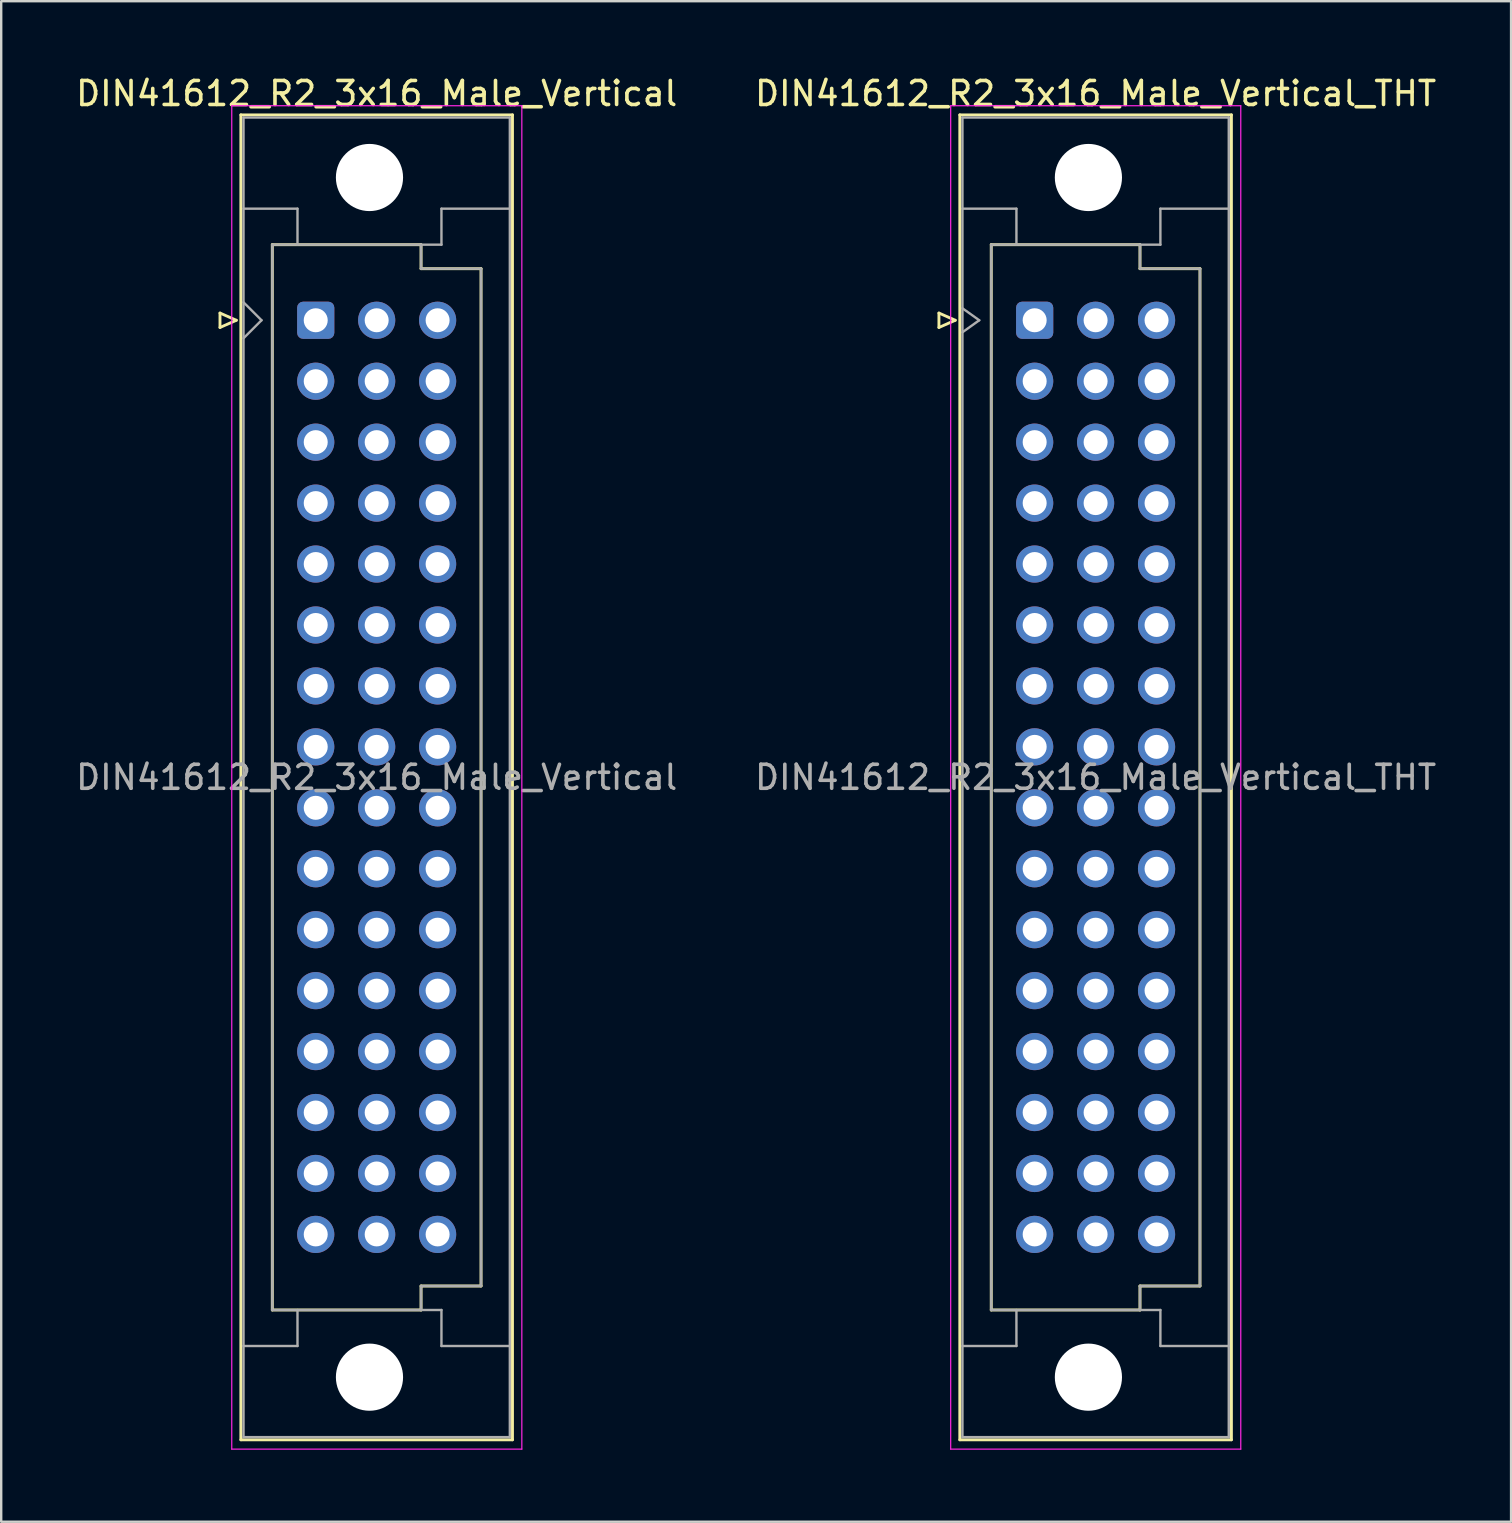
<source format=kicad_pcb>
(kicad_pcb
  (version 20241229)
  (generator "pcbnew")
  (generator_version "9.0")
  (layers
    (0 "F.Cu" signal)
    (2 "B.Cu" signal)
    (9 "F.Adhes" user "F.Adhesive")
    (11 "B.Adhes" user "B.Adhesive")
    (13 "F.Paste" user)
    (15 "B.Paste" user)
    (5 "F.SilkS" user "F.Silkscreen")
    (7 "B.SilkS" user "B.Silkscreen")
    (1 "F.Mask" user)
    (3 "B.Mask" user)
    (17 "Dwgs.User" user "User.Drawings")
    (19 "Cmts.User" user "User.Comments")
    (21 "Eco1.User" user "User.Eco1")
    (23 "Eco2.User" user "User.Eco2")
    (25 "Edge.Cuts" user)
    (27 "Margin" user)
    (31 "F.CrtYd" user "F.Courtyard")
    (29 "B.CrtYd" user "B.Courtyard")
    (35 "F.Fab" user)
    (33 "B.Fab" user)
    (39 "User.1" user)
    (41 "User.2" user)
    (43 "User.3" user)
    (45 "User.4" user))
  (footprint "DIN41612_R2_3x16_Male_Vertical"
    (layer "F.Cu")
    (at 10.109 10.298)
    (property "Reference" "DIN41612_R2_3x16_Male_Vertical" (at 2.54 -9.45 0) (layer "F.SilkS") (effects (font (size 1 1) (thickness 0.15))))
    (attr through_hole)
    (fp_line (start -3.99 -0.3) (end -3.99 0.3) (stroke (width 0.12) (type solid)) (layer "F.SilkS"))
    (fp_line (start -3.99 0.3) (end -3.31 0) (stroke (width 0.12) (type solid)) (layer "F.SilkS"))
    (fp_line (start -3.31 0) (end -3.99 -0.3) (stroke (width 0.12) (type solid)) (layer "F.SilkS"))
    (fp_line (start -3.12 -8.56) (end 8.2 -8.56) (stroke (width 0.12) (type solid)) (layer "F.SilkS"))
    (fp_line (start -3.12 46.66) (end -3.12 -8.56) (stroke (width 0.12) (type solid)) (layer "F.SilkS"))
    (fp_line (start -1.81 -3.15) (end 4.39 -3.15) (stroke (width 0.12) (type solid)) (layer "F.SilkS"))
    (fp_line (start -1.81 41.25) (end -1.81 -3.15) (stroke (width 0.12) (type solid)) (layer "F.SilkS"))
    (fp_line (start 4.39 -3.15) (end 4.39 -2.15) (stroke (width 0.12) (type solid)) (layer "F.SilkS"))
    (fp_line (start 4.39 -2.15) (end 6.89 -2.15) (stroke (width 0.12) (type solid)) (layer "F.SilkS"))
    (fp_line (start 4.39 40.25) (end 4.39 41.25) (stroke (width 0.12) (type solid)) (layer "F.SilkS"))
    (fp_line (start 4.39 41.25) (end -1.81 41.25) (stroke (width 0.12) (type solid)) (layer "F.SilkS"))
    (fp_line (start 6.89 -2.15) (end 6.89 40.25) (stroke (width 0.12) (type solid)) (layer "F.SilkS"))
    (fp_line (start 6.89 40.25) (end 4.39 40.25) (stroke (width 0.12) (type solid)) (layer "F.SilkS"))
    (fp_line (start 8.2 -8.56) (end 8.2 46.66) (stroke (width 0.12) (type solid)) (layer "F.SilkS"))
    (fp_line (start 8.2 46.66) (end -3.12 46.66) (stroke (width 0.12) (type solid)) (layer "F.SilkS"))
    (fp_line (start -3.5 -8.94) (end 8.59 -8.94) (stroke (width 0.05) (type solid)) (layer "F.CrtYd"))
    (fp_line (start -3.5 47.05) (end -3.5 -8.94) (stroke (width 0.05) (type solid)) (layer "F.CrtYd"))
    (fp_line (start 8.59 -8.94) (end 8.59 47.05) (stroke (width 0.05) (type solid)) (layer "F.CrtYd"))
    (fp_line (start 8.59 47.05) (end -3.5 47.05) (stroke (width 0.05) (type solid)) (layer "F.CrtYd"))
    (fp_line (start -3.01 -8.45) (end 8.09 -8.45) (stroke (width 0.1) (type solid)) (layer "F.Fab"))
    (fp_line (start -3.01 -4.65) (end -0.76 -4.65) (stroke (width 0.1) (type solid)) (layer "F.Fab"))
    (fp_line (start -3.01 -0.75) (end -2.26 0) (stroke (width 0.1) (type solid)) (layer "F.Fab"))
    (fp_line (start -3.01 42.75) (end -0.76 42.75) (stroke (width 0.1) (type solid)) (layer "F.Fab"))
    (fp_line (start -3.01 46.55) (end -3.01 -8.45) (stroke (width 0.1) (type solid)) (layer "F.Fab"))
    (fp_line (start -2.26 0) (end -3.01 0.75) (stroke (width 0.1) (type solid)) (layer "F.Fab"))
    (fp_line (start -1.81 -3.15) (end 4.39 -3.15) (stroke (width 0.1) (type solid)) (layer "F.Fab"))
    (fp_line (start -1.81 41.25) (end -1.81 -3.15) (stroke (width 0.1) (type solid)) (layer "F.Fab"))
    (fp_line (start -0.76 -4.65) (end -0.76 -3.15) (stroke (width 0.1) (type solid)) (layer "F.Fab"))
    (fp_line (start -0.76 42.75) (end -0.76 41.25) (stroke (width 0.1) (type solid)) (layer "F.Fab"))
    (fp_line (start 4.39 -3.15) (end 4.39 -2.15) (stroke (width 0.1) (type solid)) (layer "F.Fab"))
    (fp_line (start 4.39 -3.15) (end 5.24 -3.15) (stroke (width 0.1) (type solid)) (layer "F.Fab"))
    (fp_line (start 4.39 -2.15) (end 6.89 -2.15) (stroke (width 0.1) (type solid)) (layer "F.Fab"))
    (fp_line (start 4.39 40.25) (end 4.39 41.25) (stroke (width 0.1) (type solid)) (layer "F.Fab"))
    (fp_line (start 4.39 41.25) (end -1.81 41.25) (stroke (width 0.1) (type solid)) (layer "F.Fab"))
    (fp_line (start 4.39 41.25) (end 5.24 41.25) (stroke (width 0.1) (type solid)) (layer "F.Fab"))
    (fp_line (start 5.24 -4.65) (end 8.09 -4.65) (stroke (width 0.1) (type solid)) (layer "F.Fab"))
    (fp_line (start 5.24 -3.15) (end 5.24 -4.65) (stroke (width 0.1) (type solid)) (layer "F.Fab"))
    (fp_line (start 5.24 41.25) (end 5.24 42.75) (stroke (width 0.1) (type solid)) (layer "F.Fab"))
    (fp_line (start 5.24 42.75) (end 8.09 42.75) (stroke (width 0.1) (type solid)) (layer "F.Fab"))
    (fp_line (start 6.89 -2.15) (end 6.89 40.25) (stroke (width 0.1) (type solid)) (layer "F.Fab"))
    (fp_line (start 6.89 40.25) (end 4.39 40.25) (stroke (width 0.1) (type solid)) (layer "F.Fab"))
    (fp_line (start 8.09 -8.45) (end 8.09 46.55) (stroke (width 0.1) (type solid)) (layer "F.Fab"))
    (fp_line (start 8.09 46.55) (end -3.01 46.55) (stroke (width 0.1) (type solid)) (layer "F.Fab"))
    (fp_text user "${REFERENCE}" (at 2.54 19.05 0) (layer "F.Fab") (effects (font (size 1 1) (thickness 0.15))))
    (pad "" np_thru_hole circle (at 2.24 -5.95) (size 2.8 2.8) (drill 2.8) (layers "*.Cu" "*.Mask"))
    (pad "" np_thru_hole circle (at 2.24 44.05) (size 2.8 2.8) (drill 2.8) (layers "*.Cu" "*.Mask"))
    (pad "a1" thru_hole roundrect (at 0 0) (size 1.55 1.55) (drill 1) (layers "*.Cu" "*.Mask") (roundrect_rratio 0.161))
    (pad "a2" thru_hole circle (at 0 2.54) (size 1.55 1.55) (drill 1) (layers "*.Cu" "*.Mask"))
    (pad "a3" thru_hole circle (at 0 5.08) (size 1.55 1.55) (drill 1) (layers "*.Cu" "*.Mask"))
    (pad "a4" thru_hole circle (at 0 7.62) (size 1.55 1.55) (drill 1) (layers "*.Cu" "*.Mask"))
    (pad "a5" thru_hole circle (at 0 10.16) (size 1.55 1.55) (drill 1) (layers "*.Cu" "*.Mask"))
    (pad "a6" thru_hole circle (at 0 12.7) (size 1.55 1.55) (drill 1) (layers "*.Cu" "*.Mask"))
    (pad "a7" thru_hole circle (at 0 15.24) (size 1.55 1.55) (drill 1) (layers "*.Cu" "*.Mask"))
    (pad "a8" thru_hole circle (at 0 17.78) (size 1.55 1.55) (drill 1) (layers "*.Cu" "*.Mask"))
    (pad "a9" thru_hole circle (at 0 20.32) (size 1.55 1.55) (drill 1) (layers "*.Cu" "*.Mask"))
    (pad "a10" thru_hole circle (at 0 22.86) (size 1.55 1.55) (drill 1) (layers "*.Cu" "*.Mask"))
    (pad "a11" thru_hole circle (at 0 25.4) (size 1.55 1.55) (drill 1) (layers "*.Cu" "*.Mask"))
    (pad "a12" thru_hole circle (at 0 27.94) (size 1.55 1.55) (drill 1) (layers "*.Cu" "*.Mask"))
    (pad "a13" thru_hole circle (at 0 30.48) (size 1.55 1.55) (drill 1) (layers "*.Cu" "*.Mask"))
    (pad "a14" thru_hole circle (at 0 33.02) (size 1.55 1.55) (drill 1) (layers "*.Cu" "*.Mask"))
    (pad "a15" thru_hole circle (at 0 35.56) (size 1.55 1.55) (drill 1) (layers "*.Cu" "*.Mask"))
    (pad "a16" thru_hole circle (at 0 38.1) (size 1.55 1.55) (drill 1) (layers "*.Cu" "*.Mask"))
    (pad "b1" thru_hole circle (at 2.54 0) (size 1.55 1.55) (drill 1) (layers "*.Cu" "*.Mask"))
    (pad "b2" thru_hole circle (at 2.54 2.54) (size 1.55 1.55) (drill 1) (layers "*.Cu" "*.Mask"))
    (pad "b3" thru_hole circle (at 2.54 5.08) (size 1.55 1.55) (drill 1) (layers "*.Cu" "*.Mask"))
    (pad "b4" thru_hole circle (at 2.54 7.62) (size 1.55 1.55) (drill 1) (layers "*.Cu" "*.Mask"))
    (pad "b5" thru_hole circle (at 2.54 10.16) (size 1.55 1.55) (drill 1) (layers "*.Cu" "*.Mask"))
    (pad "b6" thru_hole circle (at 2.54 12.7) (size 1.55 1.55) (drill 1) (layers "*.Cu" "*.Mask"))
    (pad "b7" thru_hole circle (at 2.54 15.24) (size 1.55 1.55) (drill 1) (layers "*.Cu" "*.Mask"))
    (pad "b8" thru_hole circle (at 2.54 17.78) (size 1.55 1.55) (drill 1) (layers "*.Cu" "*.Mask"))
    (pad "b9" thru_hole circle (at 2.54 20.32) (size 1.55 1.55) (drill 1) (layers "*.Cu" "*.Mask"))
    (pad "b10" thru_hole circle (at 2.54 22.86) (size 1.55 1.55) (drill 1) (layers "*.Cu" "*.Mask"))
    (pad "b11" thru_hole circle (at 2.54 25.4) (size 1.55 1.55) (drill 1) (layers "*.Cu" "*.Mask"))
    (pad "b12" thru_hole circle (at 2.54 27.94) (size 1.55 1.55) (drill 1) (layers "*.Cu" "*.Mask"))
    (pad "b13" thru_hole circle (at 2.54 30.48) (size 1.55 1.55) (drill 1) (layers "*.Cu" "*.Mask"))
    (pad "b14" thru_hole circle (at 2.54 33.02) (size 1.55 1.55) (drill 1) (layers "*.Cu" "*.Mask"))
    (pad "b15" thru_hole circle (at 2.54 35.56) (size 1.55 1.55) (drill 1) (layers "*.Cu" "*.Mask"))
    (pad "b16" thru_hole circle (at 2.54 38.1) (size 1.55 1.55) (drill 1) (layers "*.Cu" "*.Mask"))
    (pad "c1" thru_hole circle (at 5.08 0) (size 1.55 1.55) (drill 1) (layers "*.Cu" "*.Mask"))
    (pad "c2" thru_hole circle (at 5.08 2.54) (size 1.55 1.55) (drill 1) (layers "*.Cu" "*.Mask"))
    (pad "c3" thru_hole circle (at 5.08 5.08) (size 1.55 1.55) (drill 1) (layers "*.Cu" "*.Mask"))
    (pad "c4" thru_hole circle (at 5.08 7.62) (size 1.55 1.55) (drill 1) (layers "*.Cu" "*.Mask"))
    (pad "c5" thru_hole circle (at 5.08 10.16) (size 1.55 1.55) (drill 1) (layers "*.Cu" "*.Mask"))
    (pad "c6" thru_hole circle (at 5.08 12.7) (size 1.55 1.55) (drill 1) (layers "*.Cu" "*.Mask"))
    (pad "c7" thru_hole circle (at 5.08 15.24) (size 1.55 1.55) (drill 1) (layers "*.Cu" "*.Mask"))
    (pad "c8" thru_hole circle (at 5.08 17.78) (size 1.55 1.55) (drill 1) (layers "*.Cu" "*.Mask"))
    (pad "c9" thru_hole circle (at 5.08 20.32) (size 1.55 1.55) (drill 1) (layers "*.Cu" "*.Mask"))
    (pad "c10" thru_hole circle (at 5.08 22.86) (size 1.55 1.55) (drill 1) (layers "*.Cu" "*.Mask"))
    (pad "c11" thru_hole circle (at 5.08 25.4) (size 1.55 1.55) (drill 1) (layers "*.Cu" "*.Mask"))
    (pad "c12" thru_hole circle (at 5.08 27.94) (size 1.55 1.55) (drill 1) (layers "*.Cu" "*.Mask"))
    (pad "c13" thru_hole circle (at 5.08 30.48) (size 1.55 1.55) (drill 1) (layers "*.Cu" "*.Mask"))
    (pad "c14" thru_hole circle (at 5.08 33.02) (size 1.55 1.55) (drill 1) (layers "*.Cu" "*.Mask"))
    (pad "c15" thru_hole circle (at 5.08 35.56) (size 1.55 1.55) (drill 1) (layers "*.Cu" "*.Mask"))
    (pad "c16" thru_hole circle (at 5.08 38.1) (size 1.55 1.55) (drill 1) (layers "*.Cu" "*.Mask")))
  (footprint "DIN41612_R2_3x16_Male_Vertical_THT"
    (layer "F.Cu")
    (at 40.073 10.298)
    (property "Reference" "DIN41612_R2_3x16_Male_Vertical_THT" (at 2.54 -9.45 0) (layer "F.SilkS") (effects (font (size 1 1) (thickness 0.15))))
    (attr through_hole)
    (fp_line (start -3.99 -0.3) (end -3.99 0.3) (stroke (width 0.12) (type solid)) (layer "F.SilkS"))
    (fp_line (start -3.99 0.3) (end -3.31 0) (stroke (width 0.12) (type solid)) (layer "F.SilkS"))
    (fp_line (start -3.31 0) (end -3.99 -0.3) (stroke (width 0.12) (type solid)) (layer "F.SilkS"))
    (fp_line (start -3.12 -8.56) (end 8.2 -8.56) (stroke (width 0.12) (type solid)) (layer "F.SilkS"))
    (fp_line (start -3.12 46.66) (end -3.12 -8.56) (stroke (width 0.12) (type solid)) (layer "F.SilkS"))
    (fp_line (start -1.81 -3.15) (end 4.39 -3.15) (stroke (width 0.12) (type solid)) (layer "F.SilkS"))
    (fp_line (start -1.81 41.25) (end -1.81 -3.15) (stroke (width 0.12) (type solid)) (layer "F.SilkS"))
    (fp_line (start 4.39 -3.15) (end 4.39 -2.15) (stroke (width 0.12) (type solid)) (layer "F.SilkS"))
    (fp_line (start 4.39 -2.15) (end 6.89 -2.15) (stroke (width 0.12) (type solid)) (layer "F.SilkS"))
    (fp_line (start 4.39 40.25) (end 4.39 41.25) (stroke (width 0.12) (type solid)) (layer "F.SilkS"))
    (fp_line (start 4.39 41.25) (end -1.81 41.25) (stroke (width 0.12) (type solid)) (layer "F.SilkS"))
    (fp_line (start 6.89 -2.15) (end 6.89 40.25) (stroke (width 0.12) (type solid)) (layer "F.SilkS"))
    (fp_line (start 6.89 40.25) (end 4.39 40.25) (stroke (width 0.12) (type solid)) (layer "F.SilkS"))
    (fp_line (start 8.2 -8.56) (end 8.2 46.66) (stroke (width 0.12) (type solid)) (layer "F.SilkS"))
    (fp_line (start 8.2 46.66) (end -3.12 46.66) (stroke (width 0.12) (type solid)) (layer "F.SilkS"))
    (fp_line (start -3.5 -8.94) (end 8.59 -8.94) (stroke (width 0.05) (type solid)) (layer "F.CrtYd"))
    (fp_line (start -3.5 47.05) (end -3.5 -8.94) (stroke (width 0.05) (type solid)) (layer "F.CrtYd"))
    (fp_line (start 8.59 -8.94) (end 8.59 47.05) (stroke (width 0.05) (type solid)) (layer "F.CrtYd"))
    (fp_line (start 8.59 47.05) (end -3.5 47.05) (stroke (width 0.05) (type solid)) (layer "F.CrtYd"))
    (fp_line (start -3.01 -8.45) (end 8.09 -8.45) (stroke (width 0.1) (type solid)) (layer "F.Fab"))
    (fp_line (start -3.01 -4.65) (end -0.76 -4.65) (stroke (width 0.1) (type solid)) (layer "F.Fab"))
    (fp_line (start -3.01 -0.5) (end -2.31 0) (stroke (width 0.1) (type solid)) (layer "F.Fab"))
    (fp_line (start -3.01 42.75) (end -0.76 42.75) (stroke (width 0.1) (type solid)) (layer "F.Fab"))
    (fp_line (start -3.01 46.55) (end -3.01 -8.45) (stroke (width 0.1) (type solid)) (layer "F.Fab"))
    (fp_line (start -2.31 0) (end -3.01 0.5) (stroke (width 0.1) (type solid)) (layer "F.Fab"))
    (fp_line (start -1.81 -3.15) (end 4.39 -3.15) (stroke (width 0.1) (type solid)) (layer "F.Fab"))
    (fp_line (start -1.81 41.25) (end -1.81 -3.15) (stroke (width 0.1) (type solid)) (layer "F.Fab"))
    (fp_line (start -0.76 -4.65) (end -0.76 -3.15) (stroke (width 0.1) (type solid)) (layer "F.Fab"))
    (fp_line (start -0.76 42.75) (end -0.76 41.25) (stroke (width 0.1) (type solid)) (layer "F.Fab"))
    (fp_line (start 4.39 -3.15) (end 4.39 -2.15) (stroke (width 0.1) (type solid)) (layer "F.Fab"))
    (fp_line (start 4.39 -3.15) (end 5.24 -3.15) (stroke (width 0.1) (type solid)) (layer "F.Fab"))
    (fp_line (start 4.39 -2.15) (end 6.89 -2.15) (stroke (width 0.1) (type solid)) (layer "F.Fab"))
    (fp_line (start 4.39 40.25) (end 4.39 41.25) (stroke (width 0.1) (type solid)) (layer "F.Fab"))
    (fp_line (start 4.39 41.25) (end -1.81 41.25) (stroke (width 0.1) (type solid)) (layer "F.Fab"))
    (fp_line (start 4.39 41.25) (end 5.24 41.25) (stroke (width 0.1) (type solid)) (layer "F.Fab"))
    (fp_line (start 5.24 -4.65) (end 8.09 -4.65) (stroke (width 0.1) (type solid)) (layer "F.Fab"))
    (fp_line (start 5.24 -3.15) (end 5.24 -4.65) (stroke (width 0.1) (type solid)) (layer "F.Fab"))
    (fp_line (start 5.24 41.25) (end 5.24 42.75) (stroke (width 0.1) (type solid)) (layer "F.Fab"))
    (fp_line (start 5.24 42.75) (end 8.09 42.75) (stroke (width 0.1) (type solid)) (layer "F.Fab"))
    (fp_line (start 6.89 -2.15) (end 6.89 40.25) (stroke (width 0.1) (type solid)) (layer "F.Fab"))
    (fp_line (start 6.89 40.25) (end 4.39 40.25) (stroke (width 0.1) (type solid)) (layer "F.Fab"))
    (fp_line (start 8.09 -8.45) (end 8.09 46.55) (stroke (width 0.1) (type solid)) (layer "F.Fab"))
    (fp_line (start 8.09 46.55) (end -3.01 46.55) (stroke (width 0.1) (type solid)) (layer "F.Fab"))
    (fp_text user "${REFERENCE}" (at 2.54 19.05 0) (layer "F.Fab") (effects (font (size 1 1) (thickness 0.15))))
    (pad "" np_thru_hole circle (at 2.24 -5.95) (size 2.8 2.8) (drill 2.8) (layers "*.Cu" "*.Mask"))
    (pad "" np_thru_hole circle (at 2.24 44.05) (size 2.8 2.8) (drill 2.8) (layers "*.Cu" "*.Mask"))
    (pad "a0" thru_hole roundrect (at 0 0) (size 1.55 1.55) (drill 1) (layers "*.Cu" "*.Mask") (roundrect_rratio 0.161))
    (pad "a1" thru_hole circle (at 0 2.54) (size 1.55 1.55) (drill 1) (layers "*.Cu" "*.Mask"))
    (pad "a2" thru_hole circle (at 0 5.08) (size 1.55 1.55) (drill 1) (layers "*.Cu" "*.Mask"))
    (pad "a3" thru_hole circle (at 0 7.62) (size 1.55 1.55) (drill 1) (layers "*.Cu" "*.Mask"))
    (pad "a4" thru_hole circle (at 0 10.16) (size 1.55 1.55) (drill 1) (layers "*.Cu" "*.Mask"))
    (pad "a5" thru_hole circle (at 0 12.7) (size 1.55 1.55) (drill 1) (layers "*.Cu" "*.Mask"))
    (pad "a6" thru_hole circle (at 0 15.24) (size 1.55 1.55) (drill 1) (layers "*.Cu" "*.Mask"))
    (pad "a7" thru_hole circle (at 0 17.78) (size 1.55 1.55) (drill 1) (layers "*.Cu" "*.Mask"))
    (pad "a8" thru_hole circle (at 0 20.32) (size 1.55 1.55) (drill 1) (layers "*.Cu" "*.Mask"))
    (pad "a9" thru_hole circle (at 0 22.86) (size 1.55 1.55) (drill 1) (layers "*.Cu" "*.Mask"))
    (pad "a10" thru_hole circle (at 0 25.4) (size 1.55 1.55) (drill 1) (layers "*.Cu" "*.Mask"))
    (pad "a11" thru_hole circle (at 0 27.94) (size 1.55 1.55) (drill 1) (layers "*.Cu" "*.Mask"))
    (pad "a12" thru_hole circle (at 0 30.48) (size 1.55 1.55) (drill 1) (layers "*.Cu" "*.Mask"))
    (pad "a13" thru_hole circle (at 0 33.02) (size 1.55 1.55) (drill 1) (layers "*.Cu" "*.Mask"))
    (pad "a14" thru_hole circle (at 0 35.56) (size 1.55 1.55) (drill 1) (layers "*.Cu" "*.Mask"))
    (pad "a15" thru_hole circle (at 0 38.1) (size 1.55 1.55) (drill 1) (layers "*.Cu" "*.Mask"))
    (pad "b0" thru_hole circle (at 2.54 0) (size 1.55 1.55) (drill 1) (layers "*.Cu" "*.Mask"))
    (pad "b1" thru_hole circle (at 2.54 2.54) (size 1.55 1.55) (drill 1) (layers "*.Cu" "*.Mask"))
    (pad "b2" thru_hole circle (at 2.54 5.08) (size 1.55 1.55) (drill 1) (layers "*.Cu" "*.Mask"))
    (pad "b3" thru_hole circle (at 2.54 7.62) (size 1.55 1.55) (drill 1) (layers "*.Cu" "*.Mask"))
    (pad "b4" thru_hole circle (at 2.54 10.16) (size 1.55 1.55) (drill 1) (layers "*.Cu" "*.Mask"))
    (pad "b5" thru_hole circle (at 2.54 12.7) (size 1.55 1.55) (drill 1) (layers "*.Cu" "*.Mask"))
    (pad "b6" thru_hole circle (at 2.54 15.24) (size 1.55 1.55) (drill 1) (layers "*.Cu" "*.Mask"))
    (pad "b7" thru_hole circle (at 2.54 17.78) (size 1.55 1.55) (drill 1) (layers "*.Cu" "*.Mask"))
    (pad "b8" thru_hole circle (at 2.54 20.32) (size 1.55 1.55) (drill 1) (layers "*.Cu" "*.Mask"))
    (pad "b9" thru_hole circle (at 2.54 22.86) (size 1.55 1.55) (drill 1) (layers "*.Cu" "*.Mask"))
    (pad "b10" thru_hole circle (at 2.54 25.4) (size 1.55 1.55) (drill 1) (layers "*.Cu" "*.Mask"))
    (pad "b11" thru_hole circle (at 2.54 27.94) (size 1.55 1.55) (drill 1) (layers "*.Cu" "*.Mask"))
    (pad "b12" thru_hole circle (at 2.54 30.48) (size 1.55 1.55) (drill 1) (layers "*.Cu" "*.Mask"))
    (pad "b13" thru_hole circle (at 2.54 33.02) (size 1.55 1.55) (drill 1) (layers "*.Cu" "*.Mask"))
    (pad "b14" thru_hole circle (at 2.54 35.56) (size 1.55 1.55) (drill 1) (layers "*.Cu" "*.Mask"))
    (pad "b15" thru_hole circle (at 2.54 38.1) (size 1.55 1.55) (drill 1) (layers "*.Cu" "*.Mask"))
    (pad "c0" thru_hole circle (at 5.08 0) (size 1.55 1.55) (drill 1) (layers "*.Cu" "*.Mask"))
    (pad "c1" thru_hole circle (at 5.08 2.54) (size 1.55 1.55) (drill 1) (layers "*.Cu" "*.Mask"))
    (pad "c2" thru_hole circle (at 5.08 5.08) (size 1.55 1.55) (drill 1) (layers "*.Cu" "*.Mask"))
    (pad "c3" thru_hole circle (at 5.08 7.62) (size 1.55 1.55) (drill 1) (layers "*.Cu" "*.Mask"))
    (pad "c4" thru_hole circle (at 5.08 10.16) (size 1.55 1.55) (drill 1) (layers "*.Cu" "*.Mask"))
    (pad "c5" thru_hole circle (at 5.08 12.7) (size 1.55 1.55) (drill 1) (layers "*.Cu" "*.Mask"))
    (pad "c6" thru_hole circle (at 5.08 15.24) (size 1.55 1.55) (drill 1) (layers "*.Cu" "*.Mask"))
    (pad "c7" thru_hole circle (at 5.08 17.78) (size 1.55 1.55) (drill 1) (layers "*.Cu" "*.Mask"))
    (pad "c8" thru_hole circle (at 5.08 20.32) (size 1.55 1.55) (drill 1) (layers "*.Cu" "*.Mask"))
    (pad "c9" thru_hole circle (at 5.08 22.86) (size 1.55 1.55) (drill 1) (layers "*.Cu" "*.Mask"))
    (pad "c10" thru_hole circle (at 5.08 25.4) (size 1.55 1.55) (drill 1) (layers "*.Cu" "*.Mask"))
    (pad "c11" thru_hole circle (at 5.08 27.94) (size 1.55 1.55) (drill 1) (layers "*.Cu" "*.Mask"))
    (pad "c12" thru_hole circle (at 5.08 30.48) (size 1.55 1.55) (drill 1) (layers "*.Cu" "*.Mask"))
    (pad "c13" thru_hole circle (at 5.08 33.02) (size 1.55 1.55) (drill 1) (layers "*.Cu" "*.Mask"))
    (pad "c14" thru_hole circle (at 5.08 35.56) (size 1.55 1.55) (drill 1) (layers "*.Cu" "*.Mask"))
    (pad "c15" thru_hole circle (at 5.08 38.1) (size 1.55 1.55) (drill 1) (layers "*.Cu" "*.Mask")))
  (gr_rect
    (start -3 -3)
    (end 59.929 60.373)
    (stroke (width 0.1) (type default))
    (fill no)
    (layer "Edge.Cuts")))
</source>
